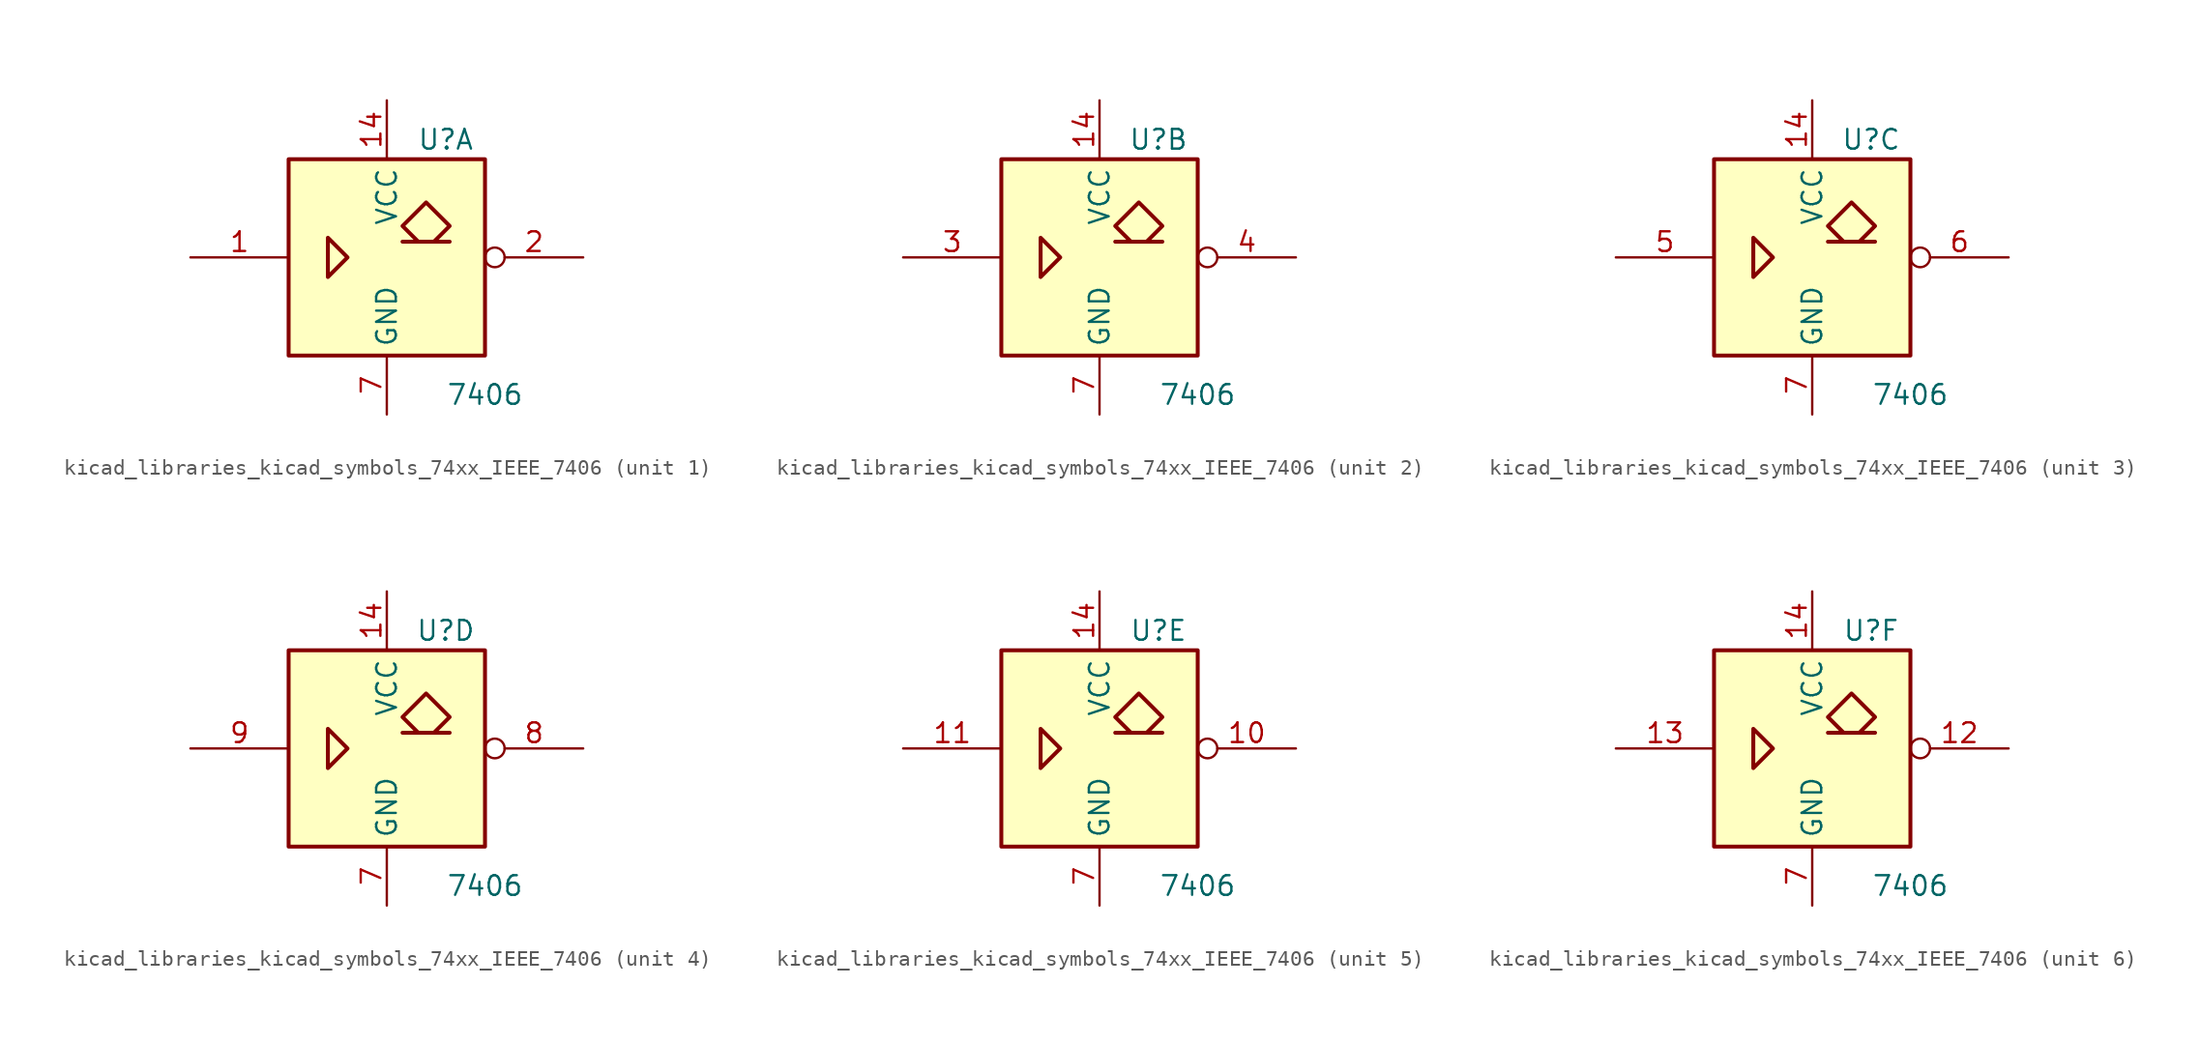
<source format=kicad_sym>
(kicad_symbol_lib
  (version 20220914)
  (generator kicad_symbol_editor)
  (symbol "kicad_libraries_kicad_symbols_74xx_IEEE_7406"
    (property "Reference" "U"
      (at 3.81 7.62 0)
      (effects (font (size 1.27 1.27))))
    (property "Value" "7406"
      (at 6.35 -8.89 0)
      (effects (font (size 1.27 1.27))))
    (symbol "kicad_libraries_kicad_symbols_74xx_IEEE_7406_0_0"
      (polyline (pts (xy -3.81 1.27) (xy -3.81 -1.27) (xy -2.54 0) (xy -3.81 1.27) (xy -3.81 1.27)) (stroke (width 0.254) (type default)) (fill (type background)))
      (polyline (pts (xy 3.048 1.016) (xy 4.064 2.032) (xy 2.54 3.556) (xy 1.016 2.032) (xy 2.032 1.016) (xy 1.016 1.016) (xy 4.064 1.016) (xy 4.064 1.016)) (stroke (width 0.254) (type default)) (fill (type background))))
    (symbol "kicad_libraries_kicad_symbols_74xx_IEEE_7406_0_1"
      (rectangle (start -6.35 6.35) (end 6.35 -6.35) (stroke (width 0.254) (type default)) (fill (type background)))
      (pin power_in line (at 0 10.16 270) (length 3.81) (name "VCC" (effects (font (size 1.27 1.27)))) (number "14" (effects (font (size 1.27 1.27)))))
      (pin power_in line (at 0 -10.16 90) (length 3.81) (name "GND" (effects (font (size 1.27 1.27)))) (number "7" (effects (font (size 1.27 1.27))))))
    (symbol "kicad_libraries_kicad_symbols_74xx_IEEE_7406_1_1"
      (pin input line (at -12.7 0 0) (length 6.35) (name "~" (effects (font (size 1.27 1.27)))) (number "1" (effects (font (size 1.27 1.27)))))
      (pin open_collector inverted (at 12.7 0 180) (length 6.35) (name "~" (effects (font (size 1.27 1.27)))) (number "2" (effects (font (size 1.27 1.27))))))
    (symbol "kicad_libraries_kicad_symbols_74xx_IEEE_7406_2_1"
      (pin input line (at -12.7 0 0) (length 6.35) (name "~" (effects (font (size 1.27 1.27)))) (number "3" (effects (font (size 1.27 1.27)))))
      (pin open_collector inverted (at 12.7 0 180) (length 6.35) (name "~" (effects (font (size 1.27 1.27)))) (number "4" (effects (font (size 1.27 1.27))))))
    (symbol "kicad_libraries_kicad_symbols_74xx_IEEE_7406_3_1"
      (pin input line (at -12.7 0 0) (length 6.35) (name "~" (effects (font (size 1.27 1.27)))) (number "5" (effects (font (size 1.27 1.27)))))
      (pin open_collector inverted (at 12.7 0 180) (length 6.35) (name "~" (effects (font (size 1.27 1.27)))) (number "6" (effects (font (size 1.27 1.27))))))
    (symbol "kicad_libraries_kicad_symbols_74xx_IEEE_7406_4_1"
      (pin open_collector inverted (at 12.7 0 180) (length 6.35) (name "~" (effects (font (size 1.27 1.27)))) (number "8" (effects (font (size 1.27 1.27)))))
      (pin input line (at -12.7 0 0) (length 6.35) (name "~" (effects (font (size 1.27 1.27)))) (number "9" (effects (font (size 1.27 1.27))))))
    (symbol "kicad_libraries_kicad_symbols_74xx_IEEE_7406_5_1"
      (pin open_collector inverted (at 12.7 0 180) (length 6.35) (name "~" (effects (font (size 1.27 1.27)))) (number "10" (effects (font (size 1.27 1.27)))))
      (pin input line (at -12.7 0 0) (length 6.35) (name "~" (effects (font (size 1.27 1.27)))) (number "11" (effects (font (size 1.27 1.27))))))
    (symbol "kicad_libraries_kicad_symbols_74xx_IEEE_7406_6_1"
      (pin open_collector inverted (at 12.7 0 180) (length 6.35) (name "~" (effects (font (size 1.27 1.27)))) (number "12" (effects (font (size 1.27 1.27)))))
      (pin input line (at -12.7 0 0) (length 6.35) (name "~" (effects (font (size 1.27 1.27)))) (number "13" (effects (font (size 1.27 1.27))))))))
</source>
